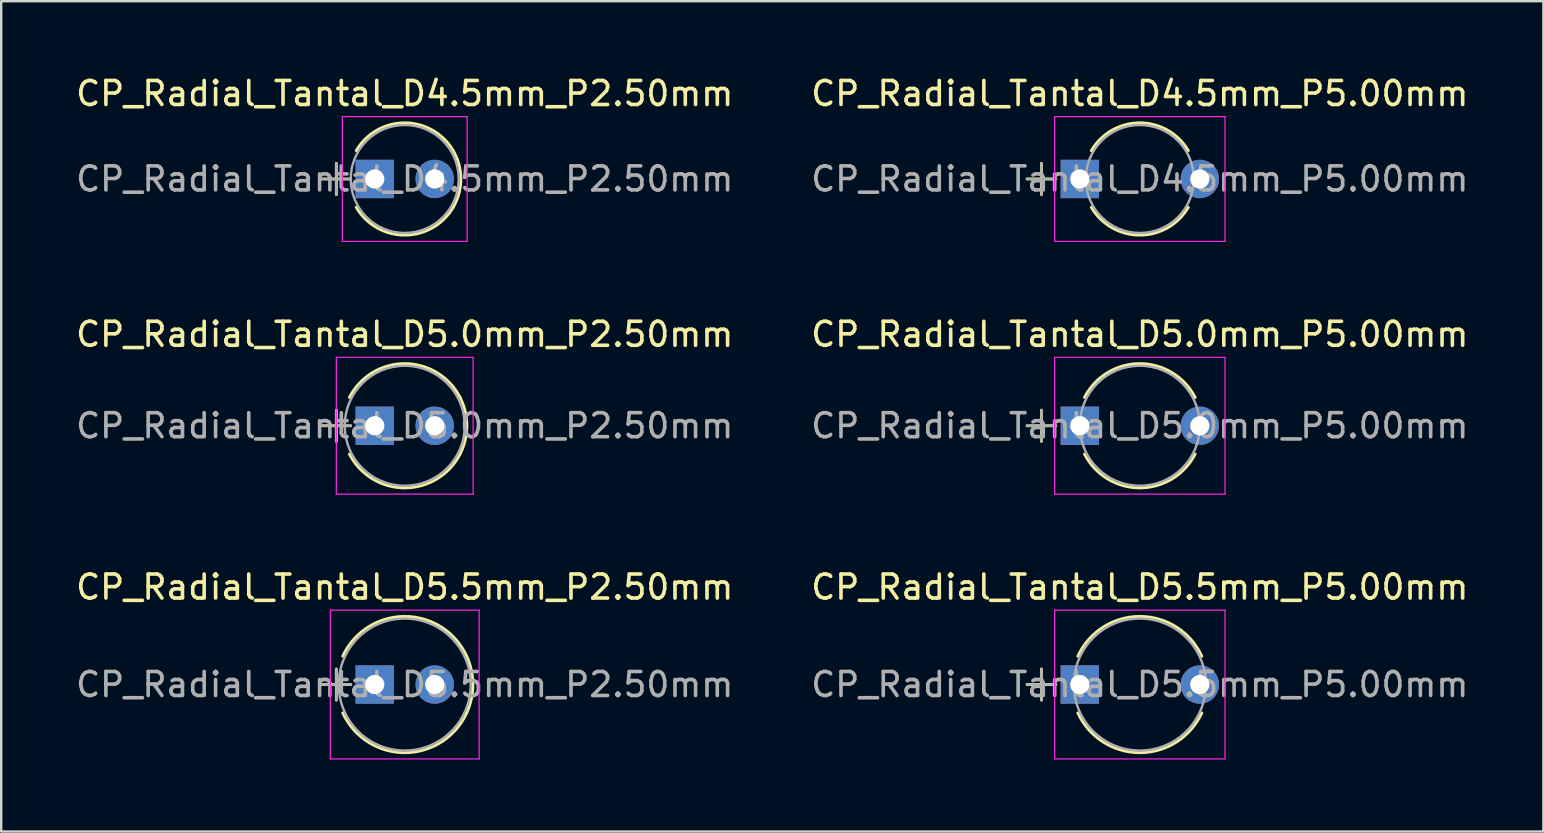
<source format=kicad_pcb>
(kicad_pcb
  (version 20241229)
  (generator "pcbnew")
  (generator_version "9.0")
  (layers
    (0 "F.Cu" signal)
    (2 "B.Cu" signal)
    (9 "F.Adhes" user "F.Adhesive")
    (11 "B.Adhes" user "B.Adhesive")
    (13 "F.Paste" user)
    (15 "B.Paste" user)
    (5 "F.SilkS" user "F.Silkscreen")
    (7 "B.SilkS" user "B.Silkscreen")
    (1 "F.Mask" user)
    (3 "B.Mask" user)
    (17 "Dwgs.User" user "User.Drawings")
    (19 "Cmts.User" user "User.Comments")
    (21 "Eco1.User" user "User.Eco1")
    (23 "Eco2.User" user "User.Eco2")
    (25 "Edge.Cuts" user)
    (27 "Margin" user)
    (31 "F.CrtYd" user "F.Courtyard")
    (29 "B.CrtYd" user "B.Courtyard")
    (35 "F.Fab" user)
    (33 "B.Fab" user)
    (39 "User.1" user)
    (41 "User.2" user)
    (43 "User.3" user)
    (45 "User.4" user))
  (footprint "CP_Radial_Tantal_D5.5mm_P5.00mm"
    (layer "F.Cu")
    (at 41.946 25.475)
    (property "Reference" "CP_Radial_Tantal_D5.5mm_P5.00mm" (at 2.5 -4.06 0) (layer "F.SilkS") (effects (font (size 1 1) (thickness 0.15))))
    (attr through_hole)
    (fp_line (start -2.2 0) (end -1 0) (stroke (width 0.12) (type solid)) (layer "F.SilkS"))
    (fp_line (start -1.6 -0.65) (end -1.6 0.65) (stroke (width 0.12) (type solid)) (layer "F.SilkS"))
    (fp_arc (start -0.083254 -1.18) (mid 2.500018 -2.84) (end 5.083269 -1.179967) (stroke (width 0.12) (type solid)) (layer "F.SilkS"))
    (fp_arc (start 5.083269 1.179967) (mid 2.500018 2.84) (end -0.083254 1.18) (stroke (width 0.12) (type solid)) (layer "F.SilkS"))
    (fp_line (start -1.05 -3.1) (end -1.05 3.1) (stroke (width 0.05) (type solid)) (layer "F.CrtYd"))
    (fp_line (start -1.05 3.1) (end 6.05 3.1) (stroke (width 0.05) (type solid)) (layer "F.CrtYd"))
    (fp_line (start 6.05 -3.1) (end -1.05 -3.1) (stroke (width 0.05) (type solid)) (layer "F.CrtYd"))
    (fp_line (start 6.05 3.1) (end 6.05 -3.1) (stroke (width 0.05) (type solid)) (layer "F.CrtYd"))
    (fp_line (start -2.2 0) (end -1 0) (stroke (width 0.1) (type solid)) (layer "F.Fab"))
    (fp_line (start -1.6 -0.65) (end -1.6 0.65) (stroke (width 0.1) (type solid)) (layer "F.Fab"))
    (fp_circle (center 2.5 0) (end 5.25 0) (stroke (width 0.1) (type solid)) (fill no) (layer "F.Fab"))
    (fp_text user "${REFERENCE}" (at 2.5 0 0) (layer "F.Fab") (effects (font (size 1 1) (thickness 0.15))))
    (pad "1" thru_hole rect (at 0 0) (size 1.6 1.6) (drill 0.8) (layers "*.Cu" "*.Mask"))
    (pad "2" thru_hole circle (at 5 0) (size 1.6 1.6) (drill 0.8) (layers "*.Cu" "*.Mask")))
  (footprint "CP_Radial_Tantal_D4.5mm_P2.50mm"
    (layer "F.Cu")
    (at 12.565 4.408)
    (property "Reference" "CP_Radial_Tantal_D4.5mm_P2.50mm" (at 1.25 -3.56 0) (layer "F.SilkS") (effects (font (size 1 1) (thickness 0.15))))
    (attr through_hole)
    (fp_line (start -2.2 0) (end -1 0) (stroke (width 0.12) (type solid)) (layer "F.SilkS"))
    (fp_line (start -1.6 -0.65) (end -1.6 0.65) (stroke (width 0.12) (type solid)) (layer "F.SilkS"))
    (fp_arc (start -0.770693 -1.18) (mid 1.249311 -2.34) (end 3.269998 -1.181189) (stroke (width 0.12) (type solid)) (layer "F.SilkS"))
    (fp_arc (start 3.269998 1.181189) (mid 1.249311 2.34) (end -0.770693 1.18) (stroke (width 0.12) (type solid)) (layer "F.SilkS"))
    (fp_arc (start 3.270693 -1.18) (mid 3.59 0.000689) (end 3.269998 1.181189) (stroke (width 0.12) (type solid)) (layer "F.SilkS"))
    (fp_line (start -1.35 -2.6) (end -1.35 2.6) (stroke (width 0.05) (type solid)) (layer "F.CrtYd"))
    (fp_line (start -1.35 2.6) (end 3.85 2.6) (stroke (width 0.05) (type solid)) (layer "F.CrtYd"))
    (fp_line (start 3.85 -2.6) (end -1.35 -2.6) (stroke (width 0.05) (type solid)) (layer "F.CrtYd"))
    (fp_line (start 3.85 2.6) (end 3.85 -2.6) (stroke (width 0.05) (type solid)) (layer "F.CrtYd"))
    (fp_line (start -2.2 0) (end -1 0) (stroke (width 0.1) (type solid)) (layer "F.Fab"))
    (fp_line (start -1.6 -0.65) (end -1.6 0.65) (stroke (width 0.1) (type solid)) (layer "F.Fab"))
    (fp_circle (center 1.25 0) (end 3.5 0) (stroke (width 0.1) (type solid)) (fill no) (layer "F.Fab"))
    (fp_text user "${REFERENCE}" (at 1.25 0 0) (layer "F.Fab") (effects (font (size 1 1) (thickness 0.15))))
    (pad "1" thru_hole rect (at 0 0) (size 1.6 1.6) (drill 0.8) (layers "*.Cu" "*.Mask"))
    (pad "2" thru_hole circle (at 2.5 0) (size 1.6 1.6) (drill 0.8) (layers "*.Cu" "*.Mask")))
  (footprint "CP_Radial_Tantal_D5.0mm_P5.00mm"
    (layer "F.Cu")
    (at 41.946 14.691)
    (property "Reference" "CP_Radial_Tantal_D5.0mm_P5.00mm" (at 2.5 -3.81 0) (layer "F.SilkS") (effects (font (size 1 1) (thickness 0.15))))
    (attr through_hole)
    (fp_line (start -2.2 0) (end -1 0) (stroke (width 0.12) (type solid)) (layer "F.SilkS"))
    (fp_line (start -1.6 -0.65) (end -1.6 0.65) (stroke (width 0.12) (type solid)) (layer "F.SilkS"))
    (fp_arc (start 0.19442 -1.18) (mid 2.500156 -2.59) (end 4.805722 -1.179722) (stroke (width 0.12) (type solid)) (layer "F.SilkS"))
    (fp_arc (start 4.805722 1.179722) (mid 2.500156 2.59) (end 0.19442 1.18) (stroke (width 0.12) (type solid)) (layer "F.SilkS"))
    (fp_line (start -1.05 -2.85) (end -1.05 2.85) (stroke (width 0.05) (type solid)) (layer "F.CrtYd"))
    (fp_line (start -1.05 2.85) (end 6.05 2.85) (stroke (width 0.05) (type solid)) (layer "F.CrtYd"))
    (fp_line (start 6.05 -2.85) (end -1.05 -2.85) (stroke (width 0.05) (type solid)) (layer "F.CrtYd"))
    (fp_line (start 6.05 2.85) (end 6.05 -2.85) (stroke (width 0.05) (type solid)) (layer "F.CrtYd"))
    (fp_line (start -2.2 0) (end -1 0) (stroke (width 0.1) (type solid)) (layer "F.Fab"))
    (fp_line (start -1.6 -0.65) (end -1.6 0.65) (stroke (width 0.1) (type solid)) (layer "F.Fab"))
    (fp_circle (center 2.5 0) (end 5 0) (stroke (width 0.1) (type solid)) (fill no) (layer "F.Fab"))
    (fp_text user "${REFERENCE}" (at 2.5 0 0) (layer "F.Fab") (effects (font (size 1 1) (thickness 0.15))))
    (pad "1" thru_hole rect (at 0 0) (size 1.6 1.6) (drill 0.8) (layers "*.Cu" "*.Mask"))
    (pad "2" thru_hole circle (at 5 0) (size 1.6 1.6) (drill 0.8) (layers "*.Cu" "*.Mask")))
  (footprint "CP_Radial_Tantal_D4.5mm_P5.00mm"
    (layer "F.Cu")
    (at 41.946 4.408)
    (property "Reference" "CP_Radial_Tantal_D4.5mm_P5.00mm" (at 2.5 -3.56 0) (layer "F.SilkS") (effects (font (size 1 1) (thickness 0.15))))
    (attr through_hole)
    (fp_line (start -2.2 0) (end -1 0) (stroke (width 0.12) (type solid)) (layer "F.SilkS"))
    (fp_line (start -1.6 -0.65) (end -1.6 0.65) (stroke (width 0.12) (type solid)) (layer "F.SilkS"))
    (fp_arc (start 0.479307 -1.18) (mid 2.499311 -2.34) (end 4.519998 -1.181189) (stroke (width 0.12) (type solid)) (layer "F.SilkS"))
    (fp_arc (start 4.519998 1.181189) (mid 2.499311 2.34) (end 0.479307 1.18) (stroke (width 0.12) (type solid)) (layer "F.SilkS"))
    (fp_line (start -1.05 -2.6) (end -1.05 2.6) (stroke (width 0.05) (type solid)) (layer "F.CrtYd"))
    (fp_line (start -1.05 2.6) (end 6.05 2.6) (stroke (width 0.05) (type solid)) (layer "F.CrtYd"))
    (fp_line (start 6.05 -2.6) (end -1.05 -2.6) (stroke (width 0.05) (type solid)) (layer "F.CrtYd"))
    (fp_line (start 6.05 2.6) (end 6.05 -2.6) (stroke (width 0.05) (type solid)) (layer "F.CrtYd"))
    (fp_line (start -2.2 0) (end -1 0) (stroke (width 0.1) (type solid)) (layer "F.Fab"))
    (fp_line (start -1.6 -0.65) (end -1.6 0.65) (stroke (width 0.1) (type solid)) (layer "F.Fab"))
    (fp_circle (center 2.5 0) (end 4.75 0) (stroke (width 0.1) (type solid)) (fill no) (layer "F.Fab"))
    (fp_text user "${REFERENCE}" (at 2.5 0 0) (layer "F.Fab") (effects (font (size 1 1) (thickness 0.15))))
    (pad "1" thru_hole rect (at 0 0) (size 1.6 1.6) (drill 0.8) (layers "*.Cu" "*.Mask"))
    (pad "2" thru_hole circle (at 5 0) (size 1.6 1.6) (drill 0.8) (layers "*.Cu" "*.Mask")))
  (footprint "CP_Radial_Tantal_D5.0mm_P2.50mm"
    (layer "F.Cu")
    (at 12.565 14.691)
    (property "Reference" "CP_Radial_Tantal_D5.0mm_P2.50mm" (at 1.25 -3.81 0) (layer "F.SilkS") (effects (font (size 1 1) (thickness 0.15))))
    (attr through_hole)
    (fp_line (start -2.2 0) (end -1 0) (stroke (width 0.12) (type solid)) (layer "F.SilkS"))
    (fp_line (start -1.6 -0.65) (end -1.6 0.65) (stroke (width 0.12) (type solid)) (layer "F.SilkS"))
    (fp_arc (start -1.05558 -1.18) (mid 1.250156 -2.59) (end 3.555722 -1.179722) (stroke (width 0.12) (type solid)) (layer "F.SilkS"))
    (fp_arc (start 3.55558 -1.18) (mid 3.84 -0.000156) (end 3.555722 1.179722) (stroke (width 0.12) (type solid)) (layer "F.SilkS"))
    (fp_arc (start 3.555722 1.179722) (mid 1.250156 2.59) (end -1.05558 1.18) (stroke (width 0.12) (type solid)) (layer "F.SilkS"))
    (fp_line (start -1.6 -2.85) (end -1.6 2.85) (stroke (width 0.05) (type solid)) (layer "F.CrtYd"))
    (fp_line (start -1.6 2.85) (end 4.1 2.85) (stroke (width 0.05) (type solid)) (layer "F.CrtYd"))
    (fp_line (start 4.1 -2.85) (end -1.6 -2.85) (stroke (width 0.05) (type solid)) (layer "F.CrtYd"))
    (fp_line (start 4.1 2.85) (end 4.1 -2.85) (stroke (width 0.05) (type solid)) (layer "F.CrtYd"))
    (fp_line (start -2.2 0) (end -1 0) (stroke (width 0.1) (type solid)) (layer "F.Fab"))
    (fp_line (start -1.6 -0.65) (end -1.6 0.65) (stroke (width 0.1) (type solid)) (layer "F.Fab"))
    (fp_circle (center 1.25 0) (end 3.75 0) (stroke (width 0.1) (type solid)) (fill no) (layer "F.Fab"))
    (fp_text user "${REFERENCE}" (at 1.25 0 0) (layer "F.Fab") (effects (font (size 1 1) (thickness 0.15))))
    (pad "1" thru_hole rect (at 0 0) (size 1.6 1.6) (drill 0.8) (layers "*.Cu" "*.Mask"))
    (pad "2" thru_hole circle (at 2.5 0) (size 1.6 1.6) (drill 0.8) (layers "*.Cu" "*.Mask")))
  (footprint "CP_Radial_Tantal_D5.5mm_P2.50mm"
    (layer "F.Cu")
    (at 12.565 25.475)
    (property "Reference" "CP_Radial_Tantal_D5.5mm_P2.50mm" (at 1.25 -4.06 0) (layer "F.SilkS") (effects (font (size 1 1) (thickness 0.15))))
    (attr through_hole)
    (fp_line (start -2.2 0) (end -1 0) (stroke (width 0.12) (type solid)) (layer "F.SilkS"))
    (fp_line (start -1.6 -0.65) (end -1.6 0.65) (stroke (width 0.12) (type solid)) (layer "F.SilkS"))
    (fp_arc (start -1.333254 -1.18) (mid 1.250018 -2.84) (end 3.833269 -1.179967) (stroke (width 0.12) (type solid)) (layer "F.SilkS"))
    (fp_arc (start 3.833254 -1.18) (mid 4.09 -0.000018) (end 3.833269 1.179967) (stroke (width 0.12) (type solid)) (layer "F.SilkS"))
    (fp_arc (start 3.833269 1.179967) (mid 1.250018 2.84) (end -1.333254 1.18) (stroke (width 0.12) (type solid)) (layer "F.SilkS"))
    (fp_line (start -1.85 -3.1) (end -1.85 3.1) (stroke (width 0.05) (type solid)) (layer "F.CrtYd"))
    (fp_line (start -1.85 3.1) (end 4.35 3.1) (stroke (width 0.05) (type solid)) (layer "F.CrtYd"))
    (fp_line (start 4.35 -3.1) (end -1.85 -3.1) (stroke (width 0.05) (type solid)) (layer "F.CrtYd"))
    (fp_line (start 4.35 3.1) (end 4.35 -3.1) (stroke (width 0.05) (type solid)) (layer "F.CrtYd"))
    (fp_line (start -2.2 0) (end -1 0) (stroke (width 0.1) (type solid)) (layer "F.Fab"))
    (fp_line (start -1.6 -0.65) (end -1.6 0.65) (stroke (width 0.1) (type solid)) (layer "F.Fab"))
    (fp_circle (center 1.25 0) (end 4 0) (stroke (width 0.1) (type solid)) (fill no) (layer "F.Fab"))
    (fp_text user "${REFERENCE}" (at 1.25 0 0) (layer "F.Fab") (effects (font (size 1 1) (thickness 0.15))))
    (pad "1" thru_hole rect (at 0 0) (size 1.6 1.6) (drill 0.8) (layers "*.Cu" "*.Mask"))
    (pad "2" thru_hole circle (at 2.5 0) (size 1.6 1.6) (drill 0.8) (layers "*.Cu" "*.Mask")))
  (gr_rect
    (start -3 -3)
    (end 61.262 31.6)
    (stroke (width 0.1) (type default))
    (fill no)
    (layer "Edge.Cuts")))
</source>
